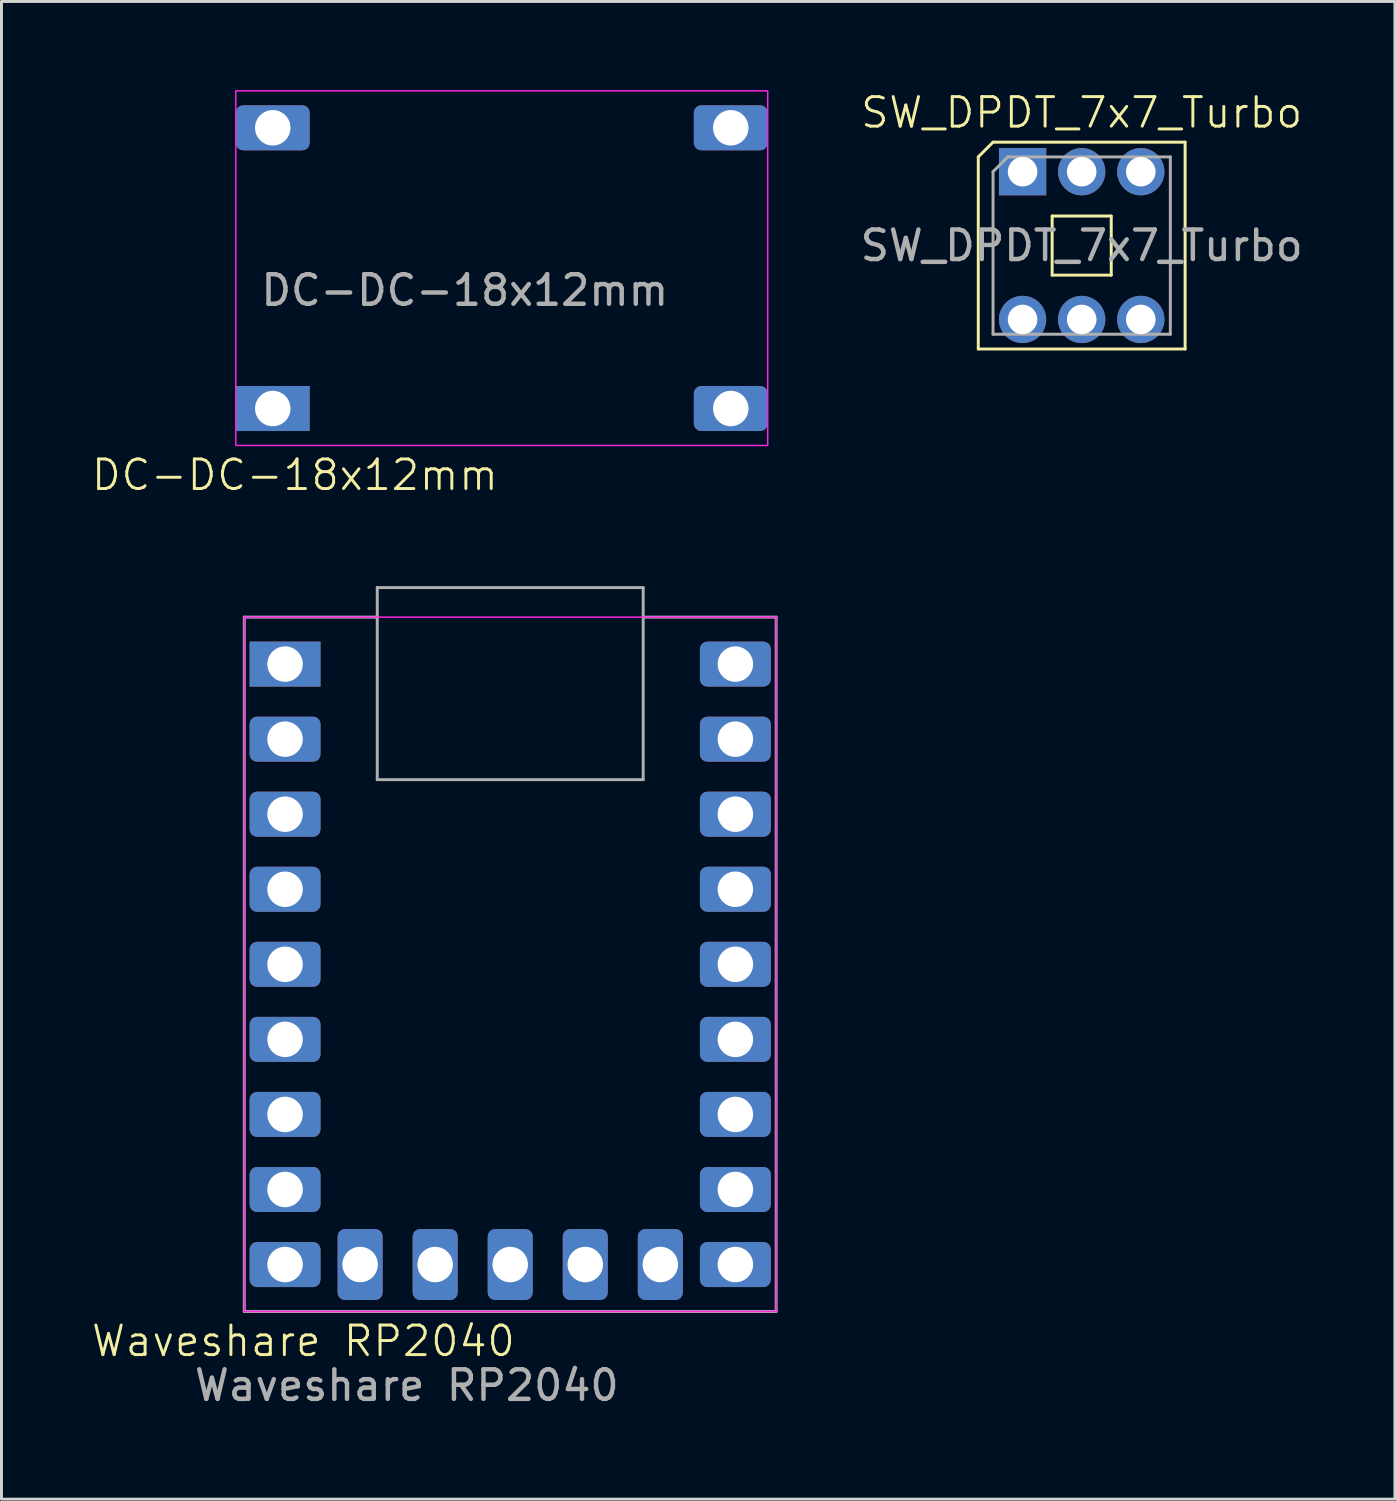
<source format=kicad_pcb>
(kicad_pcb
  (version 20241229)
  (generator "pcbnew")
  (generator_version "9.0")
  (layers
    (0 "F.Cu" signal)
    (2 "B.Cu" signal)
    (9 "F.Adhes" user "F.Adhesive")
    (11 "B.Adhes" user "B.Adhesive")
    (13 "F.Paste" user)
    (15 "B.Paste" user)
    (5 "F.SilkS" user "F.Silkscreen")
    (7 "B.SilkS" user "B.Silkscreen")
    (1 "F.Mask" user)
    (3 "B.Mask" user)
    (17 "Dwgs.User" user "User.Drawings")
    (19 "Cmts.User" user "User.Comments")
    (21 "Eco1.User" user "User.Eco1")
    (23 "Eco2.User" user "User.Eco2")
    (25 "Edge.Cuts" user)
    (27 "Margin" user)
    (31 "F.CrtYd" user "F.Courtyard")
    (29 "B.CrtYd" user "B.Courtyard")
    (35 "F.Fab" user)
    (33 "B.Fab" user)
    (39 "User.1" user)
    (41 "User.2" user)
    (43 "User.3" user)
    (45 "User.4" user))
  (footprint "DC-DC-18x12mm"
    (layer "F.Cu")
    (at 4.931 12.025)
    (property "Reference" "DC-DC-18x12mm" (at 2 1 0) (unlocked yes) (layer "F.SilkS") (effects (font (size 1 1) (thickness 0.1))))
    (attr through_hole)
    (fp_rect (start 0 -12) (end 18 0) (stroke (width 0.05) (type default)) (fill no) (layer "F.CrtYd"))
    (fp_text user "${REFERENCE}" (at 7.75 -5.25 0) (unlocked yes) (layer "F.Fab") (effects (font (size 1 1) (thickness 0.15))))
    (pad "1" thru_hole roundrect (at 1.25 -1.25) (size 2.5 1.524) (drill 1.2) (layers "*.Cu" "*.Mask") (roundrect_rratio 0) (chamfer_ratio 0.2) (chamfer))
    (pad "2" thru_hole roundrect (at 1.25 -10.75) (size 2.5 1.524) (drill 1.2) (layers "*.Cu" "*.Mask") (roundrect_rratio 0.164))
    (pad "3" thru_hole roundrect (at 16.75 -10.75) (size 2.5 1.524) (drill 1.2) (layers "*.Cu" "*.Mask") (roundrect_rratio 0.164))
    (pad "4" thru_hole roundrect (at 16.75 -1.25) (size 2.5 1.524) (drill 1.2) (layers "*.Cu" "*.Mask") (roundrect_rratio 0.164)))
  (footprint "SW_DPDT_7x7_Turbo"
    (layer "F.Cu")
    (at 33.557 5.261)
    (property "Reference" "SW_DPDT_7x7_Turbo" (at 0 -4.5 0) (unlocked yes) (layer "F.SilkS") (effects (font (size 1 1) (thickness 0.1))))
    (attr through_hole)
    (fp_line (start -3.5 -3) (end -3.5 3.5) (stroke (width 0.1) (type default)) (layer "F.SilkS"))
    (fp_line (start -3.5 -3) (end -3 -3.5) (stroke (width 0.1) (type default)) (layer "F.SilkS"))
    (fp_line (start -3.5 3.5) (end 3.5 3.5) (stroke (width 0.1) (type default)) (layer "F.SilkS"))
    (fp_line (start -1 -1) (end -1 1) (stroke (width 0.1) (type default)) (layer "F.SilkS"))
    (fp_line (start -1 1) (end 1 1) (stroke (width 0.1) (type default)) (layer "F.SilkS"))
    (fp_line (start 1 -1) (end -1 -1) (stroke (width 0.1) (type default)) (layer "F.SilkS"))
    (fp_line (start 1 1) (end 1 -1) (stroke (width 0.1) (type default)) (layer "F.SilkS"))
    (fp_line (start 3.5 -3.5) (end -3 -3.5) (stroke (width 0.1) (type default)) (layer "F.SilkS"))
    (fp_line (start 3.5 3.5) (end 3.5 -3.5) (stroke (width 0.1) (type default)) (layer "F.SilkS"))
    (fp_line (start -3 -2.5) (end -3 3) (stroke (width 0.1) (type default)) (layer "F.Fab"))
    (fp_line (start -3 -2.5) (end -2.5 -3) (stroke (width 0.1) (type default)) (layer "F.Fab"))
    (fp_line (start -2.5 -3) (end 3 -3) (stroke (width 0.1) (type default)) (layer "F.Fab"))
    (fp_line (start 3 -3) (end 3 3) (stroke (width 0.1) (type default)) (layer "F.Fab"))
    (fp_line (start 3 3) (end -3 3) (stroke (width 0.1) (type default)) (layer "F.Fab"))
    (fp_text user "${REFERENCE}" (at 0 0 0) (unlocked yes) (layer "F.Fab") (effects (font (size 1 1) (thickness 0.15))))
    (pad "1" thru_hole rect (at -2 -2.5) (size 1.6 1.6) (drill 1) (layers "*.Cu" "*.Mask"))
    (pad "2" thru_hole circle (at 0 -2.5) (size 1.6 1.6) (drill 1) (layers "*.Cu" "*.Mask"))
    (pad "3" thru_hole circle (at 2 -2.5) (size 1.6 1.6) (drill 1) (layers "*.Cu" "*.Mask"))
    (pad "4" thru_hole circle (at -2 2.5) (size 1.6 1.6) (drill 1) (layers "*.Cu" "*.Mask"))
    (pad "5" thru_hole circle (at 0 2.5) (size 1.6 1.6) (drill 1) (layers "*.Cu" "*.Mask"))
    (pad "6" thru_hole circle (at 2 2.5) (size 1.6 1.6) (drill 1) (layers "*.Cu" "*.Mask")))
  (footprint "Waveshare RP2040"
    (layer "F.Cu")
    (at 5.217 17.835)
    (property "Reference" "Waveshare RP2040" (at 2 24.5 0) (unlocked yes) (layer "F.SilkS") (effects (font (size 1 1) (thickness 0.1))))
    (attr through_hole)
    (fp_line (start 0 0) (end 0 23.5) (stroke (width 0.05) (type default)) (layer "F.CrtYd"))
    (fp_line (start 0 23.5) (end 18 23.5) (stroke (width 0.05) (type default)) (layer "F.CrtYd"))
    (fp_line (start 18 0) (end 0 0) (stroke (width 0.05) (type default)) (layer "F.CrtYd"))
    (fp_line (start 18 23.5) (end 18 0) (stroke (width 0.05) (type default)) (layer "F.CrtYd"))
    (fp_line (start 0 0) (end 0 23.5) (stroke (width 0.1) (type default)) (layer "F.Fab"))
    (fp_line (start 0 0) (end 4.5 0) (stroke (width 0.1) (type default)) (layer "F.Fab"))
    (fp_line (start 0 23.5) (end 18 23.5) (stroke (width 0.1) (type default)) (layer "F.Fab"))
    (fp_line (start 4.5 -1) (end 4.5 5.5) (stroke (width 0.1) (type default)) (layer "F.Fab"))
    (fp_line (start 4.5 5.5) (end 13.5 5.5) (stroke (width 0.1) (type default)) (layer "F.Fab"))
    (fp_line (start 13.5 -1) (end 4.5 -1) (stroke (width 0.1) (type default)) (layer "F.Fab"))
    (fp_line (start 13.5 5.5) (end 13.5 -1) (stroke (width 0.1) (type default)) (layer "F.Fab"))
    (fp_line (start 18 0) (end 13.5 0) (stroke (width 0.1) (type default)) (layer "F.Fab"))
    (fp_line (start 18 23.5) (end 18 0) (stroke (width 0.1) (type default)) (layer "F.Fab"))
    (fp_text user "${REFERENCE}" (at 5.5 26 0) (unlocked yes) (layer "F.Fab") (effects (font (size 1 1) (thickness 0.15))))
    (pad "1" thru_hole rect (at 1.38 1.59) (size 2.4 1.524) (drill 1.2) (layers "*.Cu" "*.Mask"))
    (pad "2" thru_hole roundrect (at 1.38 4.13) (size 2.4 1.524) (drill 1.2) (layers "*.Cu" "*.Mask") (roundrect_rratio 0.164))
    (pad "3" thru_hole roundrect (at 1.38 6.67) (size 2.4 1.524) (drill 1.2) (layers "*.Cu" "*.Mask") (roundrect_rratio 0.164))
    (pad "4" thru_hole roundrect (at 1.38 9.21) (size 2.4 1.524) (drill 1.2) (layers "*.Cu" "*.Mask") (roundrect_rratio 0.164))
    (pad "5" thru_hole roundrect (at 1.38 11.75) (size 2.4 1.524) (drill 1.2) (layers "*.Cu" "*.Mask") (roundrect_rratio 0.164))
    (pad "6" thru_hole roundrect (at 1.38 14.29) (size 2.4 1.524) (drill 1.2) (layers "*.Cu" "*.Mask") (roundrect_rratio 0.164))
    (pad "7" thru_hole roundrect (at 1.38 16.83) (size 2.4 1.524) (drill 1.2) (layers "*.Cu" "*.Mask") (roundrect_rratio 0.164))
    (pad "8" thru_hole roundrect (at 1.38 19.37) (size 2.4 1.524) (drill 1.2) (layers "*.Cu" "*.Mask") (roundrect_rratio 0.164))
    (pad "9" thru_hole roundrect (at 1.38 21.91) (size 2.4 1.524) (drill 1.2) (layers "*.Cu" "*.Mask") (roundrect_rratio 0.164))
    (pad "10" thru_hole roundrect (at 3.92 21.91 90) (size 2.4 1.524) (drill 1.2) (layers "*.Cu" "*.Mask") (roundrect_rratio 0.164))
    (pad "11" thru_hole roundrect (at 6.46 21.91 90) (size 2.4 1.524) (drill 1.2) (layers "*.Cu" "*.Mask") (roundrect_rratio 0.164))
    (pad "12" thru_hole roundrect (at 9 21.91 90) (size 2.4 1.524) (drill 1.2) (layers "*.Cu" "*.Mask") (roundrect_rratio 0.164))
    (pad "13" thru_hole roundrect (at 11.54 21.91 90) (size 2.4 1.524) (drill 1.2) (layers "*.Cu" "*.Mask") (roundrect_rratio 0.164))
    (pad "14" thru_hole roundrect (at 14.08 21.91 90) (size 2.4 1.524) (drill 1.2) (layers "*.Cu" "*.Mask") (roundrect_rratio 0.164))
    (pad "15" thru_hole roundrect (at 16.62 21.91 180) (size 2.4 1.524) (drill 1.2) (layers "*.Cu" "*.Mask") (roundrect_rratio 0.164))
    (pad "16" thru_hole roundrect (at 16.62 19.37 180) (size 2.4 1.524) (drill 1.2) (layers "*.Cu" "*.Mask") (roundrect_rratio 0.164))
    (pad "17" thru_hole roundrect (at 16.62 16.83 180) (size 2.4 1.524) (drill 1.2) (layers "*.Cu" "*.Mask") (roundrect_rratio 0.164))
    (pad "18" thru_hole roundrect (at 16.62 14.29 180) (size 2.4 1.524) (drill 1.2) (layers "*.Cu" "*.Mask") (roundrect_rratio 0.164))
    (pad "19" thru_hole roundrect (at 16.62 11.75 180) (size 2.4 1.524) (drill 1.2) (layers "*.Cu" "*.Mask") (roundrect_rratio 0.164))
    (pad "20" thru_hole roundrect (at 16.62 9.21 180) (size 2.4 1.524) (drill 1.2) (layers "*.Cu" "*.Mask") (roundrect_rratio 0.164))
    (pad "21" thru_hole roundrect (at 16.62 6.67 180) (size 2.4 1.524) (drill 1.2) (layers "*.Cu" "*.Mask") (roundrect_rratio 0.164))
    (pad "22" thru_hole roundrect (at 16.62 4.13 180) (size 2.4 1.524) (drill 1.2) (layers "*.Cu" "*.Mask") (roundrect_rratio 0.164))
    (pad "23" thru_hole roundrect (at 16.62 1.59 180) (size 2.4 1.524) (drill 1.2) (layers "*.Cu" "*.Mask") (roundrect_rratio 0.164)))
  (gr_rect
    (start -3 -3)
    (end 44.158 47.684)
    (stroke (width 0.1) (type default))
    (fill no)
    (layer "Edge.Cuts")))
</source>
